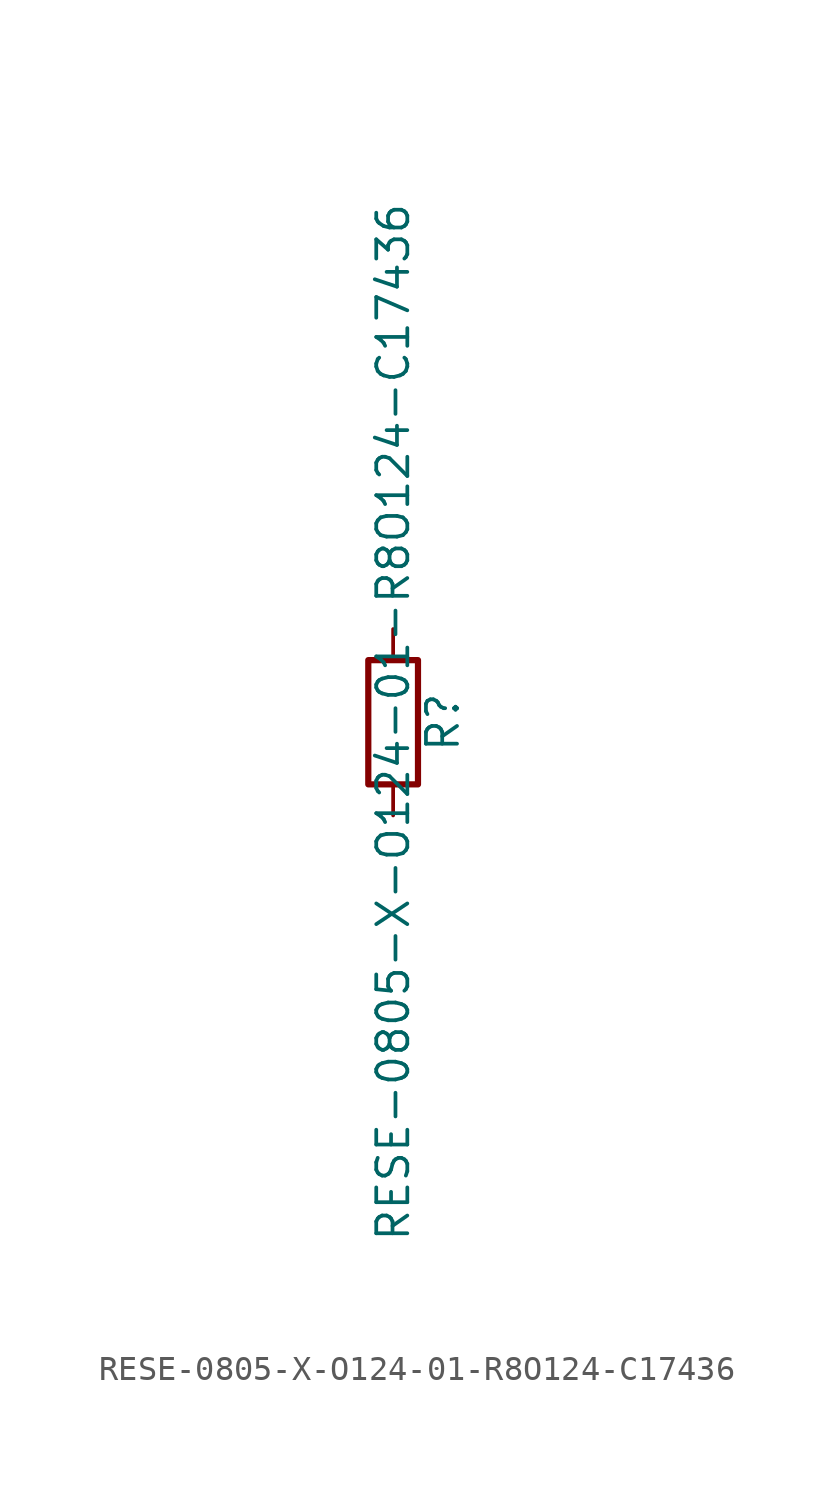
<source format=kicad_sym>
(kicad_symbol_lib
  (version 20211014)
  (generator kicad_symbol_editor)
  (symbol "RESE-0805-X-O124-01-R8O124-C17436"
    (pin_numbers hide)
    (pin_names
      (offset 0))
    (property "Reference" "R"
      (at 2.032 0 90)
      (effects (font (size 1.27 1.27))))
    (property "Value" "RESE-0805-X-O124-01-R8O124-C17436"
      (at 0 0 90)
      (effects (font (size 1.27 1.27))))
    (symbol "RESE-0805-X-O124-01-R8O124-C17436_0_1"
      (rectangle (start -1.016 -2.54) (end 1.016 2.54) (stroke (width 0.254) (type default) (color 0 0 0 0)) (fill (type none))))
    (symbol "RESE-0805-X-O124-01-R8O124-C17436_1_1"
      (pin passive line (at 0 3.81 270) (length 1.27) (name "~" (effects (font (size 1.27 1.27)))) (number "1" (effects (font (size 1.27 1.27)))))
      (pin passive line (at 0 -3.81 90) (length 1.27) (name "~" (effects (font (size 1.27 1.27)))) (number "2" (effects (font (size 1.27 1.27))))))))
</source>
